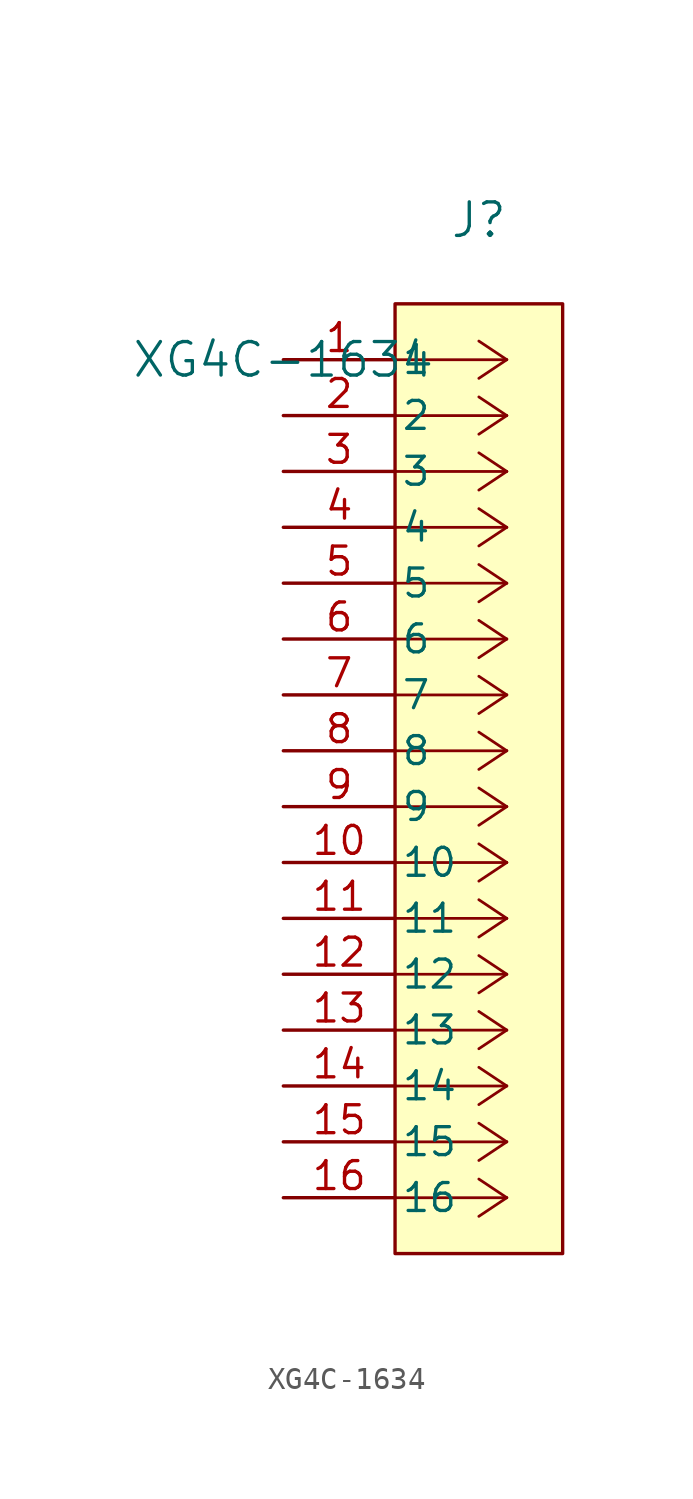
<source format=kicad_sym>
(kicad_symbol_lib
  (version 20241209)
  (generator "kicad_symbol_editor")
  (generator_version "9.0")
  (symbol "XG4C-1634"
    (pin_names
      (offset 0.254))
    (property "Reference" "J"
      (at 8.89 6.35 0)
      (effects (font (size 1.524 1.524))))
    (property "Value" "XG4C-1634"
      (at 0 0 0)
      (effects (font (size 1.524 1.524))))
    (property "ki_locked" ""
      (at 0 0 0)
      (effects (font (size 1.27 1.27))))
    (symbol "XG4C-1634_0_1"
      (polyline (pts (xy 10.16 0) (xy 5.08 0)) (stroke (width 0.127) (type default)) (fill (type none)))
      (polyline (pts (xy 10.16 0) (xy 8.89 0.847)) (stroke (width 0.127) (type default)) (fill (type none)))
      (polyline (pts (xy 10.16 0) (xy 8.89 -0.847)) (stroke (width 0.127) (type default)) (fill (type none)))
      (polyline (pts (xy 10.16 -2.54) (xy 5.08 -2.54)) (stroke (width 0.127) (type default)) (fill (type none)))
      (polyline (pts (xy 10.16 -2.54) (xy 8.89 -1.693)) (stroke (width 0.127) (type default)) (fill (type none)))
      (polyline (pts (xy 10.16 -2.54) (xy 8.89 -3.387)) (stroke (width 0.127) (type default)) (fill (type none)))
      (polyline (pts (xy 10.16 -5.08) (xy 5.08 -5.08)) (stroke (width 0.127) (type default)) (fill (type none)))
      (polyline (pts (xy 10.16 -5.08) (xy 8.89 -4.233)) (stroke (width 0.127) (type default)) (fill (type none)))
      (polyline (pts (xy 10.16 -5.08) (xy 8.89 -5.927)) (stroke (width 0.127) (type default)) (fill (type none)))
      (polyline (pts (xy 10.16 -7.62) (xy 5.08 -7.62)) (stroke (width 0.127) (type default)) (fill (type none)))
      (polyline (pts (xy 10.16 -7.62) (xy 8.89 -6.773)) (stroke (width 0.127) (type default)) (fill (type none)))
      (polyline (pts (xy 10.16 -7.62) (xy 8.89 -8.467)) (stroke (width 0.127) (type default)) (fill (type none)))
      (polyline (pts (xy 10.16 -10.16) (xy 5.08 -10.16)) (stroke (width 0.127) (type default)) (fill (type none)))
      (polyline (pts (xy 10.16 -10.16) (xy 8.89 -9.313)) (stroke (width 0.127) (type default)) (fill (type none)))
      (polyline (pts (xy 10.16 -10.16) (xy 8.89 -11.007)) (stroke (width 0.127) (type default)) (fill (type none)))
      (polyline (pts (xy 10.16 -12.7) (xy 5.08 -12.7)) (stroke (width 0.127) (type default)) (fill (type none)))
      (polyline (pts (xy 10.16 -12.7) (xy 8.89 -11.853)) (stroke (width 0.127) (type default)) (fill (type none)))
      (polyline (pts (xy 10.16 -12.7) (xy 8.89 -13.547)) (stroke (width 0.127) (type default)) (fill (type none)))
      (polyline (pts (xy 10.16 -15.24) (xy 5.08 -15.24)) (stroke (width 0.127) (type default)) (fill (type none)))
      (polyline (pts (xy 10.16 -15.24) (xy 8.89 -14.393)) (stroke (width 0.127) (type default)) (fill (type none)))
      (polyline (pts (xy 10.16 -15.24) (xy 8.89 -16.087)) (stroke (width 0.127) (type default)) (fill (type none)))
      (polyline (pts (xy 10.16 -17.78) (xy 5.08 -17.78)) (stroke (width 0.127) (type default)) (fill (type none)))
      (polyline (pts (xy 10.16 -17.78) (xy 8.89 -16.933)) (stroke (width 0.127) (type default)) (fill (type none)))
      (polyline (pts (xy 10.16 -17.78) (xy 8.89 -18.627)) (stroke (width 0.127) (type default)) (fill (type none)))
      (polyline (pts (xy 10.16 -20.32) (xy 5.08 -20.32)) (stroke (width 0.127) (type default)) (fill (type none)))
      (polyline (pts (xy 10.16 -20.32) (xy 8.89 -19.473)) (stroke (width 0.127) (type default)) (fill (type none)))
      (polyline (pts (xy 10.16 -20.32) (xy 8.89 -21.167)) (stroke (width 0.127) (type default)) (fill (type none)))
      (polyline (pts (xy 10.16 -22.86) (xy 5.08 -22.86)) (stroke (width 0.127) (type default)) (fill (type none)))
      (polyline (pts (xy 10.16 -22.86) (xy 8.89 -22.013)) (stroke (width 0.127) (type default)) (fill (type none)))
      (polyline (pts (xy 10.16 -22.86) (xy 8.89 -23.707)) (stroke (width 0.127) (type default)) (fill (type none)))
      (polyline (pts (xy 10.16 -25.4) (xy 5.08 -25.4)) (stroke (width 0.127) (type default)) (fill (type none)))
      (polyline (pts (xy 10.16 -25.4) (xy 8.89 -24.553)) (stroke (width 0.127) (type default)) (fill (type none)))
      (polyline (pts (xy 10.16 -25.4) (xy 8.89 -26.247)) (stroke (width 0.127) (type default)) (fill (type none)))
      (polyline (pts (xy 10.16 -27.94) (xy 5.08 -27.94)) (stroke (width 0.127) (type default)) (fill (type none)))
      (polyline (pts (xy 10.16 -27.94) (xy 8.89 -27.093)) (stroke (width 0.127) (type default)) (fill (type none)))
      (polyline (pts (xy 10.16 -27.94) (xy 8.89 -28.787)) (stroke (width 0.127) (type default)) (fill (type none)))
      (polyline (pts (xy 10.16 -30.48) (xy 5.08 -30.48)) (stroke (width 0.127) (type default)) (fill (type none)))
      (polyline (pts (xy 10.16 -30.48) (xy 8.89 -29.633)) (stroke (width 0.127) (type default)) (fill (type none)))
      (polyline (pts (xy 10.16 -30.48) (xy 8.89 -31.327)) (stroke (width 0.127) (type default)) (fill (type none)))
      (polyline (pts (xy 10.16 -33.02) (xy 5.08 -33.02)) (stroke (width 0.127) (type default)) (fill (type none)))
      (polyline (pts (xy 10.16 -33.02) (xy 8.89 -32.173)) (stroke (width 0.127) (type default)) (fill (type none)))
      (polyline (pts (xy 10.16 -33.02) (xy 8.89 -33.867)) (stroke (width 0.127) (type default)) (fill (type none)))
      (polyline (pts (xy 10.16 -35.56) (xy 5.08 -35.56)) (stroke (width 0.127) (type default)) (fill (type none)))
      (polyline (pts (xy 10.16 -35.56) (xy 8.89 -34.713)) (stroke (width 0.127) (type default)) (fill (type none)))
      (polyline (pts (xy 10.16 -35.56) (xy 8.89 -36.407)) (stroke (width 0.127) (type default)) (fill (type none)))
      (polyline (pts (xy 10.16 -38.1) (xy 5.08 -38.1)) (stroke (width 0.127) (type default)) (fill (type none)))
      (polyline (pts (xy 10.16 -38.1) (xy 8.89 -37.253)) (stroke (width 0.127) (type default)) (fill (type none)))
      (polyline (pts (xy 10.16 -38.1) (xy 8.89 -38.947)) (stroke (width 0.127) (type default)) (fill (type none)))
      (pin unspecified line (at 0 0 0) (length 5.08) (name "1" (effects (font (size 1.27 1.27)))) (number "1" (effects (font (size 1.27 1.27)))))
      (pin unspecified line (at 0 -2.54 0) (length 5.08) (name "2" (effects (font (size 1.27 1.27)))) (number "2" (effects (font (size 1.27 1.27)))))
      (pin unspecified line (at 0 -5.08 0) (length 5.08) (name "3" (effects (font (size 1.27 1.27)))) (number "3" (effects (font (size 1.27 1.27)))))
      (pin unspecified line (at 0 -7.62 0) (length 5.08) (name "4" (effects (font (size 1.27 1.27)))) (number "4" (effects (font (size 1.27 1.27)))))
      (pin unspecified line (at 0 -10.16 0) (length 5.08) (name "5" (effects (font (size 1.27 1.27)))) (number "5" (effects (font (size 1.27 1.27)))))
      (pin unspecified line (at 0 -12.7 0) (length 5.08) (name "6" (effects (font (size 1.27 1.27)))) (number "6" (effects (font (size 1.27 1.27)))))
      (pin unspecified line (at 0 -15.24 0) (length 5.08) (name "7" (effects (font (size 1.27 1.27)))) (number "7" (effects (font (size 1.27 1.27)))))
      (pin unspecified line (at 0 -17.78 0) (length 5.08) (name "8" (effects (font (size 1.27 1.27)))) (number "8" (effects (font (size 1.27 1.27)))))
      (pin unspecified line (at 0 -20.32 0) (length 5.08) (name "9" (effects (font (size 1.27 1.27)))) (number "9" (effects (font (size 1.27 1.27)))))
      (pin unspecified line (at 0 -22.86 0) (length 5.08) (name "10" (effects (font (size 1.27 1.27)))) (number "10" (effects (font (size 1.27 1.27)))))
      (pin unspecified line (at 0 -25.4 0) (length 5.08) (name "11" (effects (font (size 1.27 1.27)))) (number "11" (effects (font (size 1.27 1.27)))))
      (pin unspecified line (at 0 -27.94 0) (length 5.08) (name "12" (effects (font (size 1.27 1.27)))) (number "12" (effects (font (size 1.27 1.27)))))
      (pin unspecified line (at 0 -30.48 0) (length 5.08) (name "13" (effects (font (size 1.27 1.27)))) (number "13" (effects (font (size 1.27 1.27)))))
      (pin unspecified line (at 0 -33.02 0) (length 5.08) (name "14" (effects (font (size 1.27 1.27)))) (number "14" (effects (font (size 1.27 1.27)))))
      (pin unspecified line (at 0 -35.56 0) (length 5.08) (name "15" (effects (font (size 1.27 1.27)))) (number "15" (effects (font (size 1.27 1.27)))))
      (pin unspecified line (at 0 -38.1 0) (length 5.08) (name "16" (effects (font (size 1.27 1.27)))) (number "16" (effects (font (size 1.27 1.27))))))
    (symbol "XG4C-1634_1_1"
      (rectangle (start 5.08 2.54) (end 12.7 -40.64) (stroke (width 0) (type solid)) (fill (type background))))))
</source>
